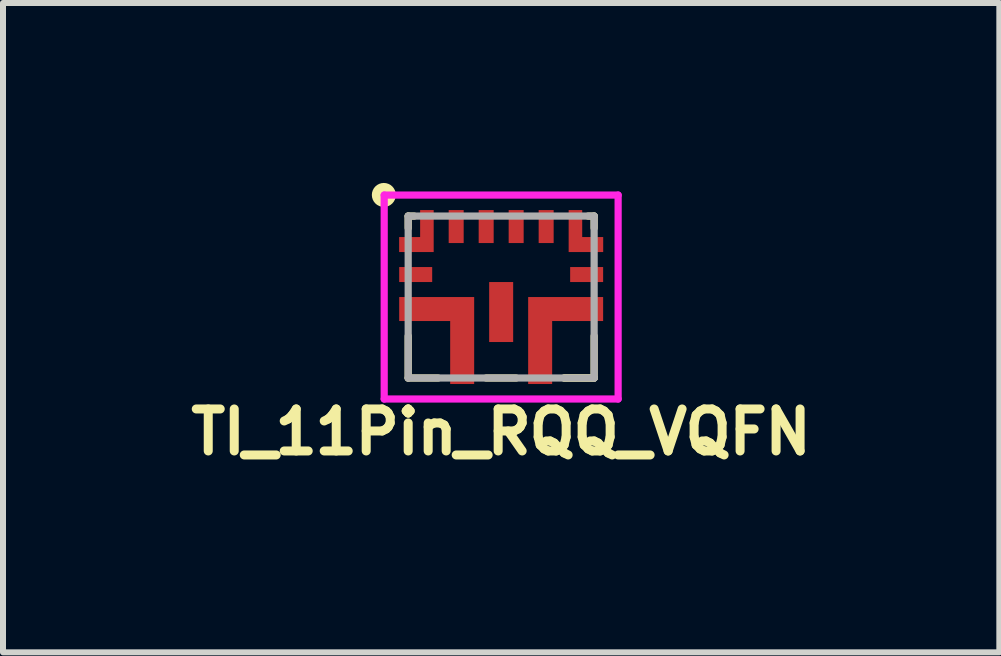
<source format=kicad_pcb>
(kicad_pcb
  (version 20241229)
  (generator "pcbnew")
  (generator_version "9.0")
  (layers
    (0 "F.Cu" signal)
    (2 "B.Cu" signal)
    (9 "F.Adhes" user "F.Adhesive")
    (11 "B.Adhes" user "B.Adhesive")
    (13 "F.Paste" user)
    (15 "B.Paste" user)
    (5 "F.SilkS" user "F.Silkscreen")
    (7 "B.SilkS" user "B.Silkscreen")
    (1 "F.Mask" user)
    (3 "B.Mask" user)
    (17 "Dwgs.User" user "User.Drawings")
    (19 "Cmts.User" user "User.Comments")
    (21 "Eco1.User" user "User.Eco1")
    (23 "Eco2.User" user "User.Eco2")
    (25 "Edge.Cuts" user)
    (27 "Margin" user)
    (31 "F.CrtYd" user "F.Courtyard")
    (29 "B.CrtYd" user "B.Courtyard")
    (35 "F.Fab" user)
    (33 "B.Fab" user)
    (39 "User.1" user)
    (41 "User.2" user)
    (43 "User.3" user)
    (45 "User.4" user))
  (footprint "TI_11Pin_RQQ_VQFN"
    (layer "F.Cu")
    (at 5.305 1.902)
    (property "Reference" "TI_11Pin_RQQ_VQFN" (at 0 2.25 0) (layer "F.SilkS") (effects (font (size 0.7 0.7) (thickness 0.15))))
    (attr smd)
    (fp_line (start -1.55 -1.35) (end -1.55 -1.15) (stroke (width 0.12) (type solid)) (layer "F.SilkS"))
    (fp_line (start -1.55 0.65) (end -1.55 1.35) (stroke (width 0.12) (type solid)) (layer "F.SilkS"))
    (fp_line (start -1.55 1.35) (end -1.05 1.35) (stroke (width 0.12) (type solid)) (layer "F.SilkS"))
    (fp_line (start -1.45 -1.35) (end -1.55 -1.35) (stroke (width 0.12) (type solid)) (layer "F.SilkS"))
    (fp_line (start -0.25 1.35) (end 0.25 1.35) (stroke (width 0.12) (type solid)) (layer "F.SilkS"))
    (fp_line (start 1.05 1.35) (end 1.55 1.35) (stroke (width 0.12) (type solid)) (layer "F.SilkS"))
    (fp_line (start 1.45 -1.35) (end 1.55 -1.35) (stroke (width 0.12) (type solid)) (layer "F.SilkS"))
    (fp_line (start 1.55 -1.35) (end 1.55 -1.15) (stroke (width 0.12) (type solid)) (layer "F.SilkS"))
    (fp_line (start 1.55 1.35) (end 1.05 1.35) (stroke (width 0.12) (type solid)) (layer "F.SilkS"))
    (fp_line (start 1.55 1.35) (end 1.55 0.65) (stroke (width 0.12) (type solid)) (layer "F.SilkS"))
    (fp_circle (center -1.956 -1.702) (end -1.856 -1.702) (stroke (width 0.2) (type solid)) (fill no) (layer "F.SilkS"))
    (fp_poly (pts (xy -0.457 1.448) (xy -0.826 1.448) (xy -0.826 0.381) (xy -1.676 0.381) (xy -1.676 0.013) (xy -0.457 0.013)) (stroke (width 0.001) (type solid)) (fill yes) (layer "F.Paste"))
    (fp_poly (pts (xy 1.689 0.381) (xy 0.826 0.381) (xy 0.826 1.448) (xy 0.457 1.448) (xy 0.457 0.013) (xy 1.689 0.013)) (stroke (width 0.001) (type solid)) (fill yes) (layer "F.Paste"))
    (fp_line (start -1.95 -1.7) (end -1.95 1.7) (stroke (width 0.12) (type solid)) (layer "F.CrtYd"))
    (fp_line (start -1.95 1.7) (end 1.95 1.7) (stroke (width 0.12) (type solid)) (layer "F.CrtYd"))
    (fp_line (start 1.95 -1.7) (end -1.95 -1.7) (stroke (width 0.12) (type solid)) (layer "F.CrtYd"))
    (fp_line (start 1.95 1.7) (end 1.95 -1.7) (stroke (width 0.12) (type solid)) (layer "F.CrtYd"))
    (fp_line (start -1.55 -1.35) (end -1.55 1.35) (stroke (width 0.12) (type solid)) (layer "F.Fab"))
    (fp_line (start -1.55 1.35) (end 1.55 1.35) (stroke (width 0.12) (type solid)) (layer "F.Fab"))
    (fp_line (start 1.55 -1.35) (end -1.55 -1.35) (stroke (width 0.12) (type solid)) (layer "F.Fab"))
    (fp_line (start 1.55 1.35) (end 1.55 -1.35) (stroke (width 0.12) (type solid)) (layer "F.Fab"))
    (pad "1" smd custom (at -1.238 -0.875) (size 0.1 0.1) (layers "F.Cu" "F.Mask" "F.Paste") (options (anchor rect)) (primitives (gr_poly (pts (xy 0.113 0.125) (xy -0.463 0.125) (xy -0.463 -0.125) (xy -0.113 -0.125) (xy -0.113 -0.575) (xy 0.113 -0.575)) (width 0) (fill yes))))
    (pad "2" smd rect (at -1.425 -0.375) (size 0.55 0.25) (layers "F.Cu" "F.Mask" "F.Paste"))
    (pad "3" smd custom (at -0.65 0.2) (size 0.1 0.1) (layers "F.Cu" "F.Mask") (options (anchor rect)) (primitives (gr_poly (pts (xy 0.2 -0.2) (xy -1.05 -0.2) (xy -1.05 0.2) (xy -0.2 0.2) (xy -0.2 1.25) (xy 0.2 1.25)) (width 0) (fill yes))))
    (pad "4" smd rect (at 0 0.25) (size 0.4 1) (layers "F.Cu" "F.Mask" "F.Paste"))
    (pad "5" smd custom (at 0.65 0.2) (size 0.1 0.1) (layers "F.Cu" "F.Mask") (options (anchor rect)) (primitives (gr_poly (pts (xy -0.2 -0.2) (xy 1.05 -0.2) (xy 1.05 0.2) (xy 0.2 0.2) (xy 0.2 1.25) (xy -0.2 1.25)) (width 0) (fill yes))))
    (pad "6" smd rect (at 1.425 -0.375) (size 0.55 0.25) (layers "F.Cu" "F.Mask" "F.Paste"))
    (pad "7" smd custom (at 1.238 -0.875) (size 0.1 0.1) (layers "F.Cu" "F.Mask" "F.Paste") (options (anchor rect)) (primitives (gr_poly (pts (xy -0.113 0.125) (xy 0.463 0.125) (xy 0.463 -0.125) (xy 0.113 -0.125) (xy 0.113 -0.575) (xy -0.113 -0.575)) (width 0) (fill yes))))
    (pad "8" smd rect (at 0.75 -1.175) (size 0.25 0.55) (layers "F.Cu" "F.Mask" "F.Paste"))
    (pad "9" smd rect (at 0.25 -1.175) (size 0.25 0.55) (layers "F.Cu" "F.Mask" "F.Paste"))
    (pad "10" smd rect (at -0.25 -1.175) (size 0.25 0.55) (layers "F.Cu" "F.Mask" "F.Paste"))
    (pad "11" smd rect (at -0.75 -1.175) (size 0.25 0.55) (layers "F.Cu" "F.Mask" "F.Paste")))
  (gr_rect
    (start -3 -3)
    (end 13.61 7.825)
    (stroke (width 0.1) (type default))
    (fill no)
    (layer "Edge.Cuts")))
</source>
